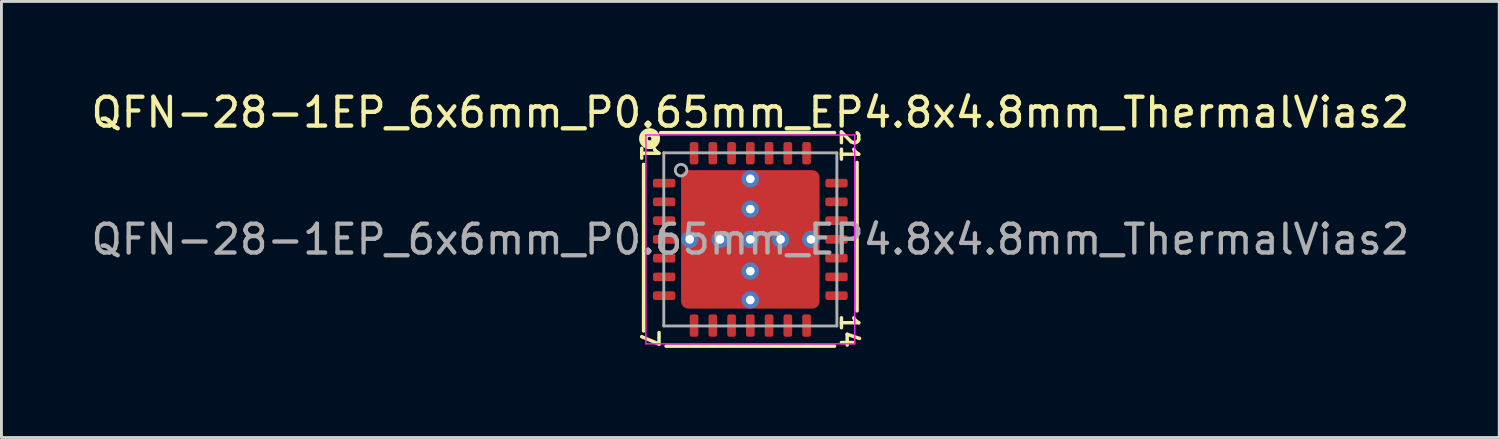
<source format=kicad_pcb>
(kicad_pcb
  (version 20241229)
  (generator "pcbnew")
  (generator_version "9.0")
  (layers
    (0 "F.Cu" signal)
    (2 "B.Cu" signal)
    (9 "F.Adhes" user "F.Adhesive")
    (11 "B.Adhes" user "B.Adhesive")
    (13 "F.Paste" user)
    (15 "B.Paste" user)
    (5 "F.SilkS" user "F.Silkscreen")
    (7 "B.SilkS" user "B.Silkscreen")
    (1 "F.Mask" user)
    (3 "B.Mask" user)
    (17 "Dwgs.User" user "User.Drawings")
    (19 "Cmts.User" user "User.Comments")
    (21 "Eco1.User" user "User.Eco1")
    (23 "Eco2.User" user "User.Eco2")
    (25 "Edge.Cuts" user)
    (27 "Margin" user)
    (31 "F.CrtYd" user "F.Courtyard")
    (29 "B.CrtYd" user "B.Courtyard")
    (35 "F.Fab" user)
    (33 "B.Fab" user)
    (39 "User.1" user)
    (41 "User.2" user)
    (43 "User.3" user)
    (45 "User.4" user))
  (footprint "QFN-28-1EP_6x6mm_P0.65mm_EP4.8x4.8mm_ThermalVias2"
    (layer "F.Cu")
    (at 22.958 5.248)
    (property "Reference" "QFN-28-1EP_6x6mm_P0.65mm_EP4.8x4.8mm_ThermalVias2" (at 0 -4.4 0) (layer "F.SilkS") (effects (font (size 1 1) (thickness 0.15))))
    (attr smd)
    (fp_line (start -3.7 -2.603) (end -3.7 3.175) (stroke (width 0.12) (type solid)) (layer "F.SilkS"))
    (fp_line (start -2.921 3.7) (end 2.921 3.7) (stroke (width 0.12) (type solid)) (layer "F.SilkS"))
    (fp_line (start 2.921 -3.7) (end -3.111 -3.7) (stroke (width 0.12) (type solid)) (layer "F.SilkS"))
    (fp_line (start 3.7 2.477) (end 3.7 -2.667) (stroke (width 0.12) (type solid)) (layer "F.SilkS"))
    (fp_circle (center -3.493 -3.493) (end -3.429 -3.493) (stroke (width 0.3) (type solid)) (fill no) (layer "F.SilkS"))
    (fp_line (start -3.62 -3.62) (end -3.62 3.62) (stroke (width 0.05) (type solid)) (layer "F.CrtYd"))
    (fp_line (start -3.62 3.62) (end 3.62 3.62) (stroke (width 0.05) (type solid)) (layer "F.CrtYd"))
    (fp_line (start 3.62 -3.62) (end -3.62 -3.62) (stroke (width 0.05) (type solid)) (layer "F.CrtYd"))
    (fp_line (start 3.62 3.62) (end 3.62 -3.62) (stroke (width 0.05) (type solid)) (layer "F.CrtYd"))
    (fp_line (start -3 -3) (end 3 -3) (stroke (width 0.1) (type solid)) (layer "F.Fab"))
    (fp_line (start -3 3) (end -3 -3) (stroke (width 0.1) (type solid)) (layer "F.Fab"))
    (fp_line (start 3 -3) (end 3 3) (stroke (width 0.1) (type solid)) (layer "F.Fab"))
    (fp_line (start 3 3) (end -3 3) (stroke (width 0.1) (type solid)) (layer "F.Fab"))
    (fp_circle (center -2.4 -2.4) (end -2.2 -2.4) (stroke (width 0.1) (type solid)) (fill no) (layer "F.Fab"))
    (fp_text user "21" (at 3.429 -3.239 270) (unlocked yes) (layer "F.SilkS") (effects (font (size 0.6 0.6) (thickness 0.12))))
    (fp_text user "14" (at 3.429 3.175 270) (unlocked yes) (layer "F.SilkS") (effects (font (size 0.6 0.6) (thickness 0.12))))
    (fp_text user "1" (at -3.493 -2.985 270) (unlocked yes) (layer "F.SilkS") (effects (font (size 0.6 0.6) (thickness 0.12))))
    (fp_text user "7" (at -3.493 3.429 270) (unlocked yes) (layer "F.SilkS") (effects (font (size 0.6 0.6) (thickness 0.12))))
    (fp_text user "${REFERENCE}" (at 0 0 0) (layer "F.Fab") (effects (font (size 1 1) (thickness 0.15))))
    (pad "" smd roundrect (at -1.775 -1.775) (size 0.8 0.8) (layers "F.Paste") (roundrect_rratio 0.25))
    (pad "" smd roundrect (at -1.775 -0.775) (size 0.8 0.8) (layers "F.Paste") (roundrect_rratio 0.25))
    (pad "" smd roundrect (at -1.775 0.775) (size 0.8 0.8) (layers "F.Paste") (roundrect_rratio 0.25))
    (pad "" smd roundrect (at -1.775 1.775) (size 0.8 0.8) (layers "F.Paste") (roundrect_rratio 0.25))
    (pad "" smd roundrect (at -1.3 -1.3) (size 2 2) (layers "F.Mask") (roundrect_rratio 0.125))
    (pad "" smd roundrect (at -1.3 1.3) (size 2 2) (layers "F.Mask") (roundrect_rratio 0.125))
    (pad "" smd roundrect (at -0.775 -1.775) (size 0.8 0.8) (layers "F.Paste") (roundrect_rratio 0.25))
    (pad "" smd roundrect (at -0.775 -0.775) (size 0.8 0.8) (layers "F.Paste") (roundrect_rratio 0.25))
    (pad "" smd roundrect (at -0.775 0.775) (size 0.8 0.8) (layers "F.Paste") (roundrect_rratio 0.25))
    (pad "" smd roundrect (at -0.775 1.775) (size 0.8 0.8) (layers "F.Paste") (roundrect_rratio 0.25))
    (pad "" smd roundrect (at 0.775 -1.775) (size 0.8 0.8) (layers "F.Paste") (roundrect_rratio 0.25))
    (pad "" smd roundrect (at 0.775 -0.775) (size 0.8 0.8) (layers "F.Paste") (roundrect_rratio 0.25))
    (pad "" smd roundrect (at 0.775 0.775) (size 0.8 0.8) (layers "F.Paste") (roundrect_rratio 0.25))
    (pad "" smd roundrect (at 0.775 1.775) (size 0.8 0.8) (layers "F.Paste") (roundrect_rratio 0.25))
    (pad "" smd roundrect (at 1.3 -1.3) (size 2 2) (layers "F.Mask") (roundrect_rratio 0.125))
    (pad "" smd roundrect (at 1.3 1.3) (size 2 2) (layers "F.Mask") (roundrect_rratio 0.125))
    (pad "" smd roundrect (at 1.775 -1.775) (size 0.8 0.8) (layers "F.Paste") (roundrect_rratio 0.25))
    (pad "" smd roundrect (at 1.775 -0.775) (size 0.8 0.8) (layers "F.Paste") (roundrect_rratio 0.25))
    (pad "" smd roundrect (at 1.775 0.775) (size 0.8 0.8) (layers "F.Paste") (roundrect_rratio 0.25))
    (pad "" smd roundrect (at 1.775 1.775) (size 0.8 0.8) (layers "F.Paste") (roundrect_rratio 0.25))
    (pad "1" smd roundrect (at -2.987 -1.95) (size 0.775 0.3) (layers "F.Cu" "F.Mask" "F.Paste") (roundrect_rratio 0.25))
    (pad "2" smd roundrect (at -2.987 -1.3) (size 0.775 0.3) (layers "F.Cu" "F.Mask" "F.Paste") (roundrect_rratio 0.25))
    (pad "3" smd roundrect (at -2.987 -0.65) (size 0.775 0.3) (layers "F.Cu" "F.Mask" "F.Paste") (roundrect_rratio 0.25))
    (pad "4" smd roundrect (at -2.987 0) (size 0.775 0.3) (layers "F.Cu" "F.Mask" "F.Paste") (roundrect_rratio 0.25))
    (pad "5" smd roundrect (at -2.987 0.65) (size 0.775 0.3) (layers "F.Cu" "F.Mask" "F.Paste") (roundrect_rratio 0.25))
    (pad "6" smd roundrect (at -2.987 1.3) (size 0.775 0.3) (layers "F.Cu" "F.Mask" "F.Paste") (roundrect_rratio 0.25))
    (pad "7" smd roundrect (at -2.987 1.95) (size 0.775 0.3) (layers "F.Cu" "F.Mask" "F.Paste") (roundrect_rratio 0.25))
    (pad "8" smd roundrect (at -1.95 2.987) (size 0.3 0.775) (layers "F.Cu" "F.Mask" "F.Paste") (roundrect_rratio 0.25))
    (pad "9" smd roundrect (at -1.3 2.987) (size 0.3 0.775) (layers "F.Cu" "F.Mask" "F.Paste") (roundrect_rratio 0.25))
    (pad "10" smd roundrect (at -0.65 2.987) (size 0.3 0.775) (layers "F.Cu" "F.Mask" "F.Paste") (roundrect_rratio 0.25))
    (pad "11" smd roundrect (at 0 2.987) (size 0.3 0.775) (layers "F.Cu" "F.Mask" "F.Paste") (roundrect_rratio 0.25))
    (pad "12" smd roundrect (at 0.65 2.987) (size 0.3 0.775) (layers "F.Cu" "F.Mask" "F.Paste") (roundrect_rratio 0.25))
    (pad "13" smd roundrect (at 1.3 2.987) (size 0.3 0.775) (layers "F.Cu" "F.Mask" "F.Paste") (roundrect_rratio 0.25))
    (pad "14" smd roundrect (at 1.95 2.987) (size 0.3 0.775) (layers "F.Cu" "F.Mask" "F.Paste") (roundrect_rratio 0.25))
    (pad "15" smd roundrect (at 2.987 1.95) (size 0.775 0.3) (layers "F.Cu" "F.Mask" "F.Paste") (roundrect_rratio 0.25))
    (pad "16" smd roundrect (at 2.987 1.3) (size 0.775 0.3) (layers "F.Cu" "F.Mask" "F.Paste") (roundrect_rratio 0.25))
    (pad "17" smd roundrect (at 2.987 0.65) (size 0.775 0.3) (layers "F.Cu" "F.Mask" "F.Paste") (roundrect_rratio 0.25))
    (pad "18" smd roundrect (at 2.987 0) (size 0.775 0.3) (layers "F.Cu" "F.Mask" "F.Paste") (roundrect_rratio 0.25))
    (pad "19" smd roundrect (at 2.987 -0.65) (size 0.775 0.3) (layers "F.Cu" "F.Mask" "F.Paste") (roundrect_rratio 0.25))
    (pad "20" smd roundrect (at 2.987 -1.3) (size 0.775 0.3) (layers "F.Cu" "F.Mask" "F.Paste") (roundrect_rratio 0.25))
    (pad "21" smd roundrect (at 2.987 -1.95) (size 0.775 0.3) (layers "F.Cu" "F.Mask" "F.Paste") (roundrect_rratio 0.25))
    (pad "22" smd roundrect (at 1.95 -2.987) (size 0.3 0.775) (layers "F.Cu" "F.Mask" "F.Paste") (roundrect_rratio 0.25))
    (pad "23" smd roundrect (at 1.3 -2.987) (size 0.3 0.775) (layers "F.Cu" "F.Mask" "F.Paste") (roundrect_rratio 0.25))
    (pad "24" smd roundrect (at 0.65 -2.987) (size 0.3 0.775) (layers "F.Cu" "F.Mask" "F.Paste") (roundrect_rratio 0.25))
    (pad "25" smd roundrect (at 0 -2.987) (size 0.3 0.775) (layers "F.Cu" "F.Mask" "F.Paste") (roundrect_rratio 0.25))
    (pad "26" smd roundrect (at -0.65 -2.987) (size 0.3 0.775) (layers "F.Cu" "F.Mask" "F.Paste") (roundrect_rratio 0.25))
    (pad "27" smd roundrect (at -1.3 -2.987) (size 0.3 0.775) (layers "F.Cu" "F.Mask" "F.Paste") (roundrect_rratio 0.25))
    (pad "28" smd roundrect (at -1.95 -2.987) (size 0.3 0.775) (layers "F.Cu" "F.Mask" "F.Paste") (roundrect_rratio 0.25))
    (pad "29" thru_hole circle (at -2.1 0) (size 0.6 0.6) (drill 0.3) (property pad_prop_heatsink) (layers "*.Cu" "*.Mask"))
    (pad "29" thru_hole circle (at -1.05 0) (size 0.6 0.6) (drill 0.3) (property pad_prop_heatsink) (layers "*.Cu" "*.Mask"))
    (pad "29" thru_hole circle (at 0 -2.1) (size 0.6 0.6) (drill 0.3) (property pad_prop_heatsink) (layers "*.Cu" "*.Mask"))
    (pad "29" thru_hole circle (at 0 -1.05) (size 0.6 0.6) (drill 0.3) (property pad_prop_heatsink) (layers "*.Cu" "*.Mask"))
    (pad "29" thru_hole circle (at 0 0) (size 0.6 0.6) (drill 0.3) (property pad_prop_heatsink) (layers "*.Cu" "*.Mask"))
    (pad "29" smd roundrect (at 0 0) (size 4.8 4.8) (layers "F.Cu") (roundrect_rratio 0.052))
    (pad "29" thru_hole circle (at 0 1.1) (size 0.6 0.6) (drill 0.3) (property pad_prop_heatsink) (layers "*.Cu" "*.Mask"))
    (pad "29" thru_hole circle (at 0 2.1) (size 0.6 0.6) (drill 0.3) (property pad_prop_heatsink) (layers "*.Cu" "*.Mask"))
    (pad "29" thru_hole circle (at 1.05 0) (size 0.6 0.6) (drill 0.3) (property pad_prop_heatsink) (layers "*.Cu" "*.Mask"))
    (pad "29" thru_hole circle (at 2.1 0) (size 0.6 0.6) (drill 0.3) (property pad_prop_heatsink) (layers "*.Cu" "*.Mask")))
  (gr_rect
    (start -3 -3)
    (end 48.917 12.115)
    (stroke (width 0.1) (type default))
    (fill no)
    (layer "Edge.Cuts")))
</source>
